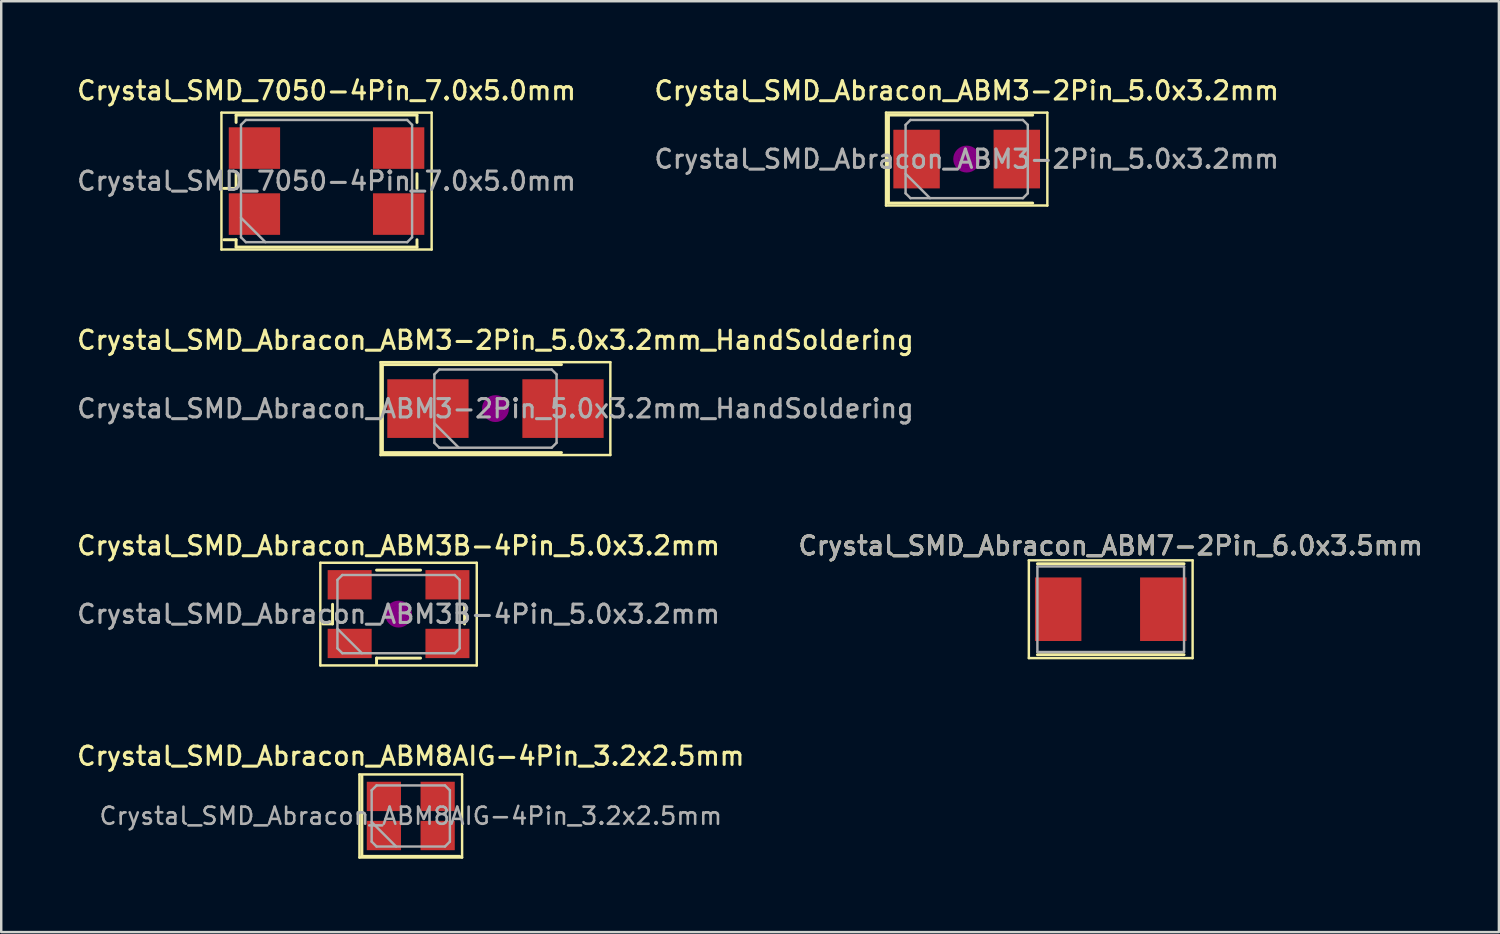
<source format=kicad_pcb>
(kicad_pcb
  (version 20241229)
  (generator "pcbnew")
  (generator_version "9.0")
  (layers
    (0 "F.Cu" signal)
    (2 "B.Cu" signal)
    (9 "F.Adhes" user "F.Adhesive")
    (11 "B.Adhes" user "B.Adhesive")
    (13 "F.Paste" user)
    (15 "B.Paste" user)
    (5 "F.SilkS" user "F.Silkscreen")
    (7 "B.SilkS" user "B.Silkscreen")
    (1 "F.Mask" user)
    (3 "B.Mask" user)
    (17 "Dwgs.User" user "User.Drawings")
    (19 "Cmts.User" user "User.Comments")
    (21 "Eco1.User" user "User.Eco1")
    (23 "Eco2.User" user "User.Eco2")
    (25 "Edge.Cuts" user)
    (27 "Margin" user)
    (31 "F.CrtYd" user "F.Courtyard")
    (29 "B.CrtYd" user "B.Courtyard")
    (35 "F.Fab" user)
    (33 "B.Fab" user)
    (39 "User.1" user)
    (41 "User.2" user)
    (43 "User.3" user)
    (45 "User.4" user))
  (footprint "Crystal_SMD_Abracon_ABM8AIG-4Pin_3.2x2.5mm"
    (layer "F.Cu")
    (at 13.755 30.332)
    (property "Reference" "Crystal_SMD_Abracon_ABM8AIG-4Pin_3.2x2.5mm" (at 0 -2.45 0) (layer "F.SilkS") (effects (font (size 0.75 0.75) (thickness 0.125))))
    (attr smd)
    (fp_line (start -2.1 -1.7) (end -2.1 1.7) (stroke (width 0.1) (type solid)) (layer "F.SilkS"))
    (fp_line (start -2.1 1.7) (end 2.1 1.7) (stroke (width 0.1) (type solid)) (layer "F.SilkS"))
    (fp_line (start -2 -1.65) (end -2 1.65) (stroke (width 0.12) (type solid)) (layer "F.SilkS"))
    (fp_line (start -2 1.65) (end 2 1.65) (stroke (width 0.12) (type solid)) (layer "F.SilkS"))
    (fp_line (start 2.1 -1.7) (end -2.1 -1.7) (stroke (width 0.1) (type solid)) (layer "F.SilkS"))
    (fp_line (start 2.1 1.7) (end 2.1 -1.7) (stroke (width 0.1) (type solid)) (layer "F.SilkS"))
    (fp_line (start -1.6 -1.05) (end -1.4 -1.25) (stroke (width 0.1) (type solid)) (layer "F.Fab"))
    (fp_line (start -1.6 0.25) (end -0.6 1.25) (stroke (width 0.1) (type solid)) (layer "F.Fab"))
    (fp_line (start -1.6 1.05) (end -1.6 -1.05) (stroke (width 0.1) (type solid)) (layer "F.Fab"))
    (fp_line (start -1.4 -1.25) (end 1.4 -1.25) (stroke (width 0.1) (type solid)) (layer "F.Fab"))
    (fp_line (start -1.4 1.25) (end -1.6 1.05) (stroke (width 0.1) (type solid)) (layer "F.Fab"))
    (fp_line (start 1.4 -1.25) (end 1.6 -1.05) (stroke (width 0.1) (type solid)) (layer "F.Fab"))
    (fp_line (start 1.4 1.25) (end -1.4 1.25) (stroke (width 0.1) (type solid)) (layer "F.Fab"))
    (fp_line (start 1.6 -1.05) (end 1.6 1.05) (stroke (width 0.1) (type solid)) (layer "F.Fab"))
    (fp_line (start 1.6 1.05) (end 1.4 1.25) (stroke (width 0.1) (type solid)) (layer "F.Fab"))
    (fp_text user "${REFERENCE}" (at 0 0 0) (layer "F.Fab") (effects (font (size 0.7 0.7) (thickness 0.105))))
    (pad "1" smd rect (at -1.1 0.8) (size 1.4 1.2) (layers "F.Cu" "F.Mask" "F.Paste"))
    (pad "2" smd rect (at 1.1 0.8) (size 1.4 1.2) (layers "F.Cu" "F.Mask" "F.Paste"))
    (pad "3" smd rect (at 1.1 -0.8) (size 1.4 1.2) (layers "F.Cu" "F.Mask" "F.Paste"))
    (pad "4" smd rect (at -1.1 -0.8) (size 1.4 1.2) (layers "F.Cu" "F.Mask" "F.Paste")))
  (footprint "Crystal_SMD_Abracon_ABM3-2Pin_5.0x3.2mm"
    (layer "F.Cu")
    (at 36.498 3.458)
    (property "Reference" "Crystal_SMD_Abracon_ABM3-2Pin_5.0x3.2mm" (at 0 -2.8 0) (layer "F.SilkS") (effects (font (size 0.75 0.75) (thickness 0.125))))
    (attr smd)
    (fp_line (start -3.3 -1.9) (end -3.3 1.9) (stroke (width 0.1) (type solid)) (layer "F.SilkS"))
    (fp_line (start -3.3 1.9) (end 3.3 1.9) (stroke (width 0.1) (type solid)) (layer "F.SilkS"))
    (fp_line (start -3.2 -1.8) (end -3.2 1.8) (stroke (width 0.12) (type solid)) (layer "F.SilkS"))
    (fp_line (start -3.2 1.8) (end 2.7 1.8) (stroke (width 0.12) (type solid)) (layer "F.SilkS"))
    (fp_line (start 2.7 -1.8) (end -3.2 -1.8) (stroke (width 0.12) (type solid)) (layer "F.SilkS"))
    (fp_line (start 3.3 -1.9) (end -3.3 -1.9) (stroke (width 0.1) (type solid)) (layer "F.SilkS"))
    (fp_line (start 3.3 1.9) (end 3.3 -1.9) (stroke (width 0.1) (type solid)) (layer "F.SilkS"))
    (fp_circle (center 0 0) (end 0.117 0) (stroke (width 0.233) (type solid)) (fill no) (layer "F.Adhes"))
    (fp_circle (center 0 0) (end 0.267 0) (stroke (width 0.167) (type solid)) (fill no) (layer "F.Adhes"))
    (fp_circle (center 0 0) (end 0.417 0) (stroke (width 0.167) (type solid)) (fill no) (layer "F.Adhes"))
    (fp_circle (center 0 0) (end 0.5 0) (stroke (width 0.1) (type solid)) (fill no) (layer "F.Adhes"))
    (fp_line (start -2.5 -1.4) (end -2.3 -1.6) (stroke (width 0.1) (type solid)) (layer "F.Fab"))
    (fp_line (start -2.5 0.6) (end -1.5 1.6) (stroke (width 0.1) (type solid)) (layer "F.Fab"))
    (fp_line (start -2.5 1.4) (end -2.5 -1.4) (stroke (width 0.1) (type solid)) (layer "F.Fab"))
    (fp_line (start -2.3 -1.6) (end 2.3 -1.6) (stroke (width 0.1) (type solid)) (layer "F.Fab"))
    (fp_line (start -2.3 1.6) (end -2.5 1.4) (stroke (width 0.1) (type solid)) (layer "F.Fab"))
    (fp_line (start 2.3 -1.6) (end 2.5 -1.4) (stroke (width 0.1) (type solid)) (layer "F.Fab"))
    (fp_line (start 2.3 1.6) (end -2.3 1.6) (stroke (width 0.1) (type solid)) (layer "F.Fab"))
    (fp_line (start 2.5 -1.4) (end 2.5 1.4) (stroke (width 0.1) (type solid)) (layer "F.Fab"))
    (fp_line (start 2.5 1.4) (end 2.3 1.6) (stroke (width 0.1) (type solid)) (layer "F.Fab"))
    (fp_text user "${REFERENCE}" (at 0 0 0) (layer "F.Fab") (effects (font (size 0.75 0.75) (thickness 0.125))))
    (pad "1" smd rect (at -2.05 0) (size 1.9 2.4) (layers "F.Cu" "F.Mask" "F.Paste"))
    (pad "2" smd rect (at 2.05 0) (size 1.9 2.4) (layers "F.Cu" "F.Mask" "F.Paste")))
  (footprint "Crystal_SMD_Abracon_ABM3-2Pin_5.0x3.2mm_HandSoldering"
    (layer "F.Cu")
    (at 17.22 13.666)
    (property "Reference" "Crystal_SMD_Abracon_ABM3-2Pin_5.0x3.2mm_HandSoldering" (at 0 -2.8 0) (layer "F.SilkS") (effects (font (size 0.75 0.75) (thickness 0.125))))
    (attr smd)
    (fp_line (start -4.7 -1.9) (end -4.7 1.9) (stroke (width 0.1) (type solid)) (layer "F.SilkS"))
    (fp_line (start -4.7 1.9) (end 4.7 1.9) (stroke (width 0.1) (type solid)) (layer "F.SilkS"))
    (fp_line (start -4.625 -1.8) (end -4.625 1.8) (stroke (width 0.12) (type solid)) (layer "F.SilkS"))
    (fp_line (start -4.625 1.8) (end 2.7 1.8) (stroke (width 0.12) (type solid)) (layer "F.SilkS"))
    (fp_line (start 2.7 -1.8) (end -4.625 -1.8) (stroke (width 0.12) (type solid)) (layer "F.SilkS"))
    (fp_line (start 4.7 -1.9) (end -4.7 -1.9) (stroke (width 0.1) (type solid)) (layer "F.SilkS"))
    (fp_line (start 4.7 1.9) (end 4.7 -1.9) (stroke (width 0.1) (type solid)) (layer "F.SilkS"))
    (fp_circle (center 0 0) (end 0.117 0) (stroke (width 0.233) (type solid)) (fill no) (layer "F.Adhes"))
    (fp_circle (center 0 0) (end 0.267 0) (stroke (width 0.167) (type solid)) (fill no) (layer "F.Adhes"))
    (fp_circle (center 0 0) (end 0.417 0) (stroke (width 0.167) (type solid)) (fill no) (layer "F.Adhes"))
    (fp_circle (center 0 0) (end 0.5 0) (stroke (width 0.1) (type solid)) (fill no) (layer "F.Adhes"))
    (fp_line (start -2.5 -1.4) (end -2.3 -1.6) (stroke (width 0.1) (type solid)) (layer "F.Fab"))
    (fp_line (start -2.5 0.6) (end -1.5 1.6) (stroke (width 0.1) (type solid)) (layer "F.Fab"))
    (fp_line (start -2.5 1.4) (end -2.5 -1.4) (stroke (width 0.1) (type solid)) (layer "F.Fab"))
    (fp_line (start -2.3 -1.6) (end 2.3 -1.6) (stroke (width 0.1) (type solid)) (layer "F.Fab"))
    (fp_line (start -2.3 1.6) (end -2.5 1.4) (stroke (width 0.1) (type solid)) (layer "F.Fab"))
    (fp_line (start 2.3 -1.6) (end 2.5 -1.4) (stroke (width 0.1) (type solid)) (layer "F.Fab"))
    (fp_line (start 2.3 1.6) (end -2.3 1.6) (stroke (width 0.1) (type solid)) (layer "F.Fab"))
    (fp_line (start 2.5 -1.4) (end 2.5 1.4) (stroke (width 0.1) (type solid)) (layer "F.Fab"))
    (fp_line (start 2.5 1.4) (end 2.3 1.6) (stroke (width 0.1) (type solid)) (layer "F.Fab"))
    (fp_text user "${REFERENCE}" (at 0 0 0) (layer "F.Fab") (effects (font (size 0.75 0.75) (thickness 0.125))))
    (pad "1" smd rect (at -2.763 0) (size 3.325 2.4) (layers "F.Cu" "F.Mask" "F.Paste"))
    (pad "2" smd rect (at 2.763 0) (size 3.325 2.4) (layers "F.Cu" "F.Mask" "F.Paste")))
  (footprint "Crystal_SMD_Abracon_ABM7-2Pin_6.0x3.5mm"
    (layer "F.Cu")
    (at 42.391 21.874)
    (property "Reference" "Crystal_SMD_Abracon_ABM7-2Pin_6.0x3.5mm" (at 0 -2.6 0) (layer "F.SilkS") (effects (font (size 0.75 0.75) (thickness 0.125))))
    (attr smd)
    (fp_line (start -3.35 -2) (end -3.35 2) (stroke (width 0.1) (type solid)) (layer "F.SilkS"))
    (fp_line (start -3.35 -2) (end 3.35 -2) (stroke (width 0.1) (type solid)) (layer "F.SilkS"))
    (fp_line (start -3 -1.86) (end 3 -1.86) (stroke (width 0.12) (type solid)) (layer "F.SilkS"))
    (fp_line (start -3 1.86) (end 3 1.86) (stroke (width 0.12) (type solid)) (layer "F.SilkS"))
    (fp_line (start 3.35 2) (end -3.35 2) (stroke (width 0.1) (type solid)) (layer "F.SilkS"))
    (fp_line (start 3.35 2) (end 3.35 -2) (stroke (width 0.1) (type solid)) (layer "F.SilkS"))
    (fp_line (start -3 -1.75) (end -3 1.75) (stroke (width 0.1) (type solid)) (layer "F.Fab"))
    (fp_line (start -3 -1.75) (end 3 -1.75) (stroke (width 0.1) (type solid)) (layer "F.Fab"))
    (fp_line (start -3 1.75) (end 3 1.75) (stroke (width 0.1) (type solid)) (layer "F.Fab"))
    (fp_line (start 3 -1.75) (end 3 1.75) (stroke (width 0.1) (type solid)) (layer "F.Fab"))
    (fp_text user "${REFERENCE}" (at 0 -2.6 0) (layer "F.Fab") (effects (font (size 0.75 0.75) (thickness 0.125))))
    (pad "1" smd rect (at -2.15 0) (size 1.9 2.6) (layers "F.Cu" "F.Mask" "F.Paste"))
    (pad "2" smd rect (at 2.15 0) (size 1.9 2.6) (layers "F.Cu" "F.Mask" "F.Paste")))
  (footprint "Crystal_SMD_7050-4Pin_7.0x5.0mm"
    (layer "F.Cu")
    (at 10.309 4.358)
    (property "Reference" "Crystal_SMD_7050-4Pin_7.0x5.0mm" (at 0 -3.7 0) (layer "F.SilkS") (effects (font (size 0.75 0.75) (thickness 0.125))))
    (attr smd)
    (fp_line (start -4.3 -2.8) (end -4.3 2.8) (stroke (width 0.1) (type solid)) (layer "F.SilkS"))
    (fp_line (start -4.3 2.8) (end 4.3 2.8) (stroke (width 0.1) (type solid)) (layer "F.SilkS"))
    (fp_line (start -4.2 0.3) (end -3.7 0.3) (stroke (width 0.12) (type solid)) (layer "F.SilkS"))
    (fp_line (start -4.2 2.4) (end -3.7 2.4) (stroke (width 0.12) (type solid)) (layer "F.SilkS"))
    (fp_line (start -3.7 -2.7) (end 3.7 -2.7) (stroke (width 0.12) (type solid)) (layer "F.SilkS"))
    (fp_line (start -3.7 -2.4) (end -3.7 -2.7) (stroke (width 0.12) (type solid)) (layer "F.SilkS"))
    (fp_line (start -3.7 0.3) (end -3.7 -0.3) (stroke (width 0.12) (type solid)) (layer "F.SilkS"))
    (fp_line (start -3.7 2.4) (end -3.7 2.7) (stroke (width 0.12) (type solid)) (layer "F.SilkS"))
    (fp_line (start -3.7 2.7) (end 3.7 2.7) (stroke (width 0.12) (type solid)) (layer "F.SilkS"))
    (fp_line (start 3.7 -2.7) (end 3.7 -2.4) (stroke (width 0.12) (type solid)) (layer "F.SilkS"))
    (fp_line (start 3.7 -0.3) (end 3.7 0.3) (stroke (width 0.12) (type solid)) (layer "F.SilkS"))
    (fp_line (start 3.7 2.7) (end 3.7 2.4) (stroke (width 0.12) (type solid)) (layer "F.SilkS"))
    (fp_line (start 4.3 -2.8) (end -4.3 -2.8) (stroke (width 0.1) (type solid)) (layer "F.SilkS"))
    (fp_line (start 4.3 2.8) (end 4.3 -2.8) (stroke (width 0.1) (type solid)) (layer "F.SilkS"))
    (fp_line (start -3.5 -2.3) (end -3.3 -2.5) (stroke (width 0.1) (type solid)) (layer "F.Fab"))
    (fp_line (start -3.5 1.5) (end -2.5 2.5) (stroke (width 0.1) (type solid)) (layer "F.Fab"))
    (fp_line (start -3.5 2.3) (end -3.5 -2.3) (stroke (width 0.1) (type solid)) (layer "F.Fab"))
    (fp_line (start -3.3 -2.5) (end 3.3 -2.5) (stroke (width 0.1) (type solid)) (layer "F.Fab"))
    (fp_line (start -3.3 2.5) (end -3.5 2.3) (stroke (width 0.1) (type solid)) (layer "F.Fab"))
    (fp_line (start 3.3 -2.5) (end 3.5 -2.3) (stroke (width 0.1) (type solid)) (layer "F.Fab"))
    (fp_line (start 3.3 2.5) (end -3.3 2.5) (stroke (width 0.1) (type solid)) (layer "F.Fab"))
    (fp_line (start 3.5 -2.3) (end 3.5 2.3) (stroke (width 0.1) (type solid)) (layer "F.Fab"))
    (fp_line (start 3.5 2.3) (end 3.3 2.5) (stroke (width 0.1) (type solid)) (layer "F.Fab"))
    (fp_text user "${REFERENCE}" (at 0 0 0) (layer "F.Fab") (effects (font (size 0.75 0.75) (thickness 0.125))))
    (pad "1" smd rect (at -2.95 1.35) (size 2.1 1.7) (layers "F.Cu" "F.Mask" "F.Paste"))
    (pad "2" smd rect (at 2.95 1.35) (size 2.1 1.7) (layers "F.Cu" "F.Mask" "F.Paste"))
    (pad "3" smd rect (at 2.95 -1.35) (size 2.1 1.7) (layers "F.Cu" "F.Mask" "F.Paste"))
    (pad "4" smd rect (at -2.95 -1.35) (size 2.1 1.7) (layers "F.Cu" "F.Mask" "F.Paste")))
  (footprint "Crystal_SMD_Abracon_ABM3B-4Pin_5.0x3.2mm"
    (layer "F.Cu")
    (at 13.255 22.074)
    (property "Reference" "Crystal_SMD_Abracon_ABM3B-4Pin_5.0x3.2mm" (at 0 -2.8 0) (layer "F.SilkS") (effects (font (size 0.75 0.75) (thickness 0.125))))
    (attr smd)
    (fp_line (start -3.2 -2.1) (end -3.2 2.1) (stroke (width 0.1) (type solid)) (layer "F.SilkS"))
    (fp_line (start -3.2 2.1) (end 3.2 2.1) (stroke (width 0.1) (type solid)) (layer "F.SilkS"))
    (fp_line (start -3.1 0.4) (end -2.7 0.4) (stroke (width 0.12) (type solid)) (layer "F.SilkS"))
    (fp_line (start -2.7 0.4) (end -2.7 -0.4) (stroke (width 0.12) (type solid)) (layer "F.SilkS"))
    (fp_line (start -0.9 -1.8) (end 0.9 -1.8) (stroke (width 0.12) (type solid)) (layer "F.SilkS"))
    (fp_line (start -0.9 1.8) (end -0.9 2.04) (stroke (width 0.12) (type solid)) (layer "F.SilkS"))
    (fp_line (start 0.9 1.8) (end -0.9 1.8) (stroke (width 0.12) (type solid)) (layer "F.SilkS"))
    (fp_line (start 2.7 -0.4) (end 2.7 0.4) (stroke (width 0.12) (type solid)) (layer "F.SilkS"))
    (fp_line (start 3.2 -2.1) (end -3.2 -2.1) (stroke (width 0.1) (type solid)) (layer "F.SilkS"))
    (fp_line (start 3.2 2.1) (end 3.2 -2.1) (stroke (width 0.1) (type solid)) (layer "F.SilkS"))
    (fp_circle (center 0 0) (end 0.117 0) (stroke (width 0.233) (type solid)) (fill no) (layer "F.Adhes"))
    (fp_circle (center 0 0) (end 0.267 0) (stroke (width 0.167) (type solid)) (fill no) (layer "F.Adhes"))
    (fp_circle (center 0 0) (end 0.417 0) (stroke (width 0.167) (type solid)) (fill no) (layer "F.Adhes"))
    (fp_circle (center 0 0) (end 0.5 0) (stroke (width 0.1) (type solid)) (fill no) (layer "F.Adhes"))
    (fp_line (start -2.5 -1.4) (end -2.3 -1.6) (stroke (width 0.1) (type solid)) (layer "F.Fab"))
    (fp_line (start -2.5 0.6) (end -1.5 1.6) (stroke (width 0.1) (type solid)) (layer "F.Fab"))
    (fp_line (start -2.5 1.4) (end -2.5 -1.4) (stroke (width 0.1) (type solid)) (layer "F.Fab"))
    (fp_line (start -2.3 -1.6) (end 2.3 -1.6) (stroke (width 0.1) (type solid)) (layer "F.Fab"))
    (fp_line (start -2.3 1.6) (end -2.5 1.4) (stroke (width 0.1) (type solid)) (layer "F.Fab"))
    (fp_line (start 2.3 -1.6) (end 2.5 -1.4) (stroke (width 0.1) (type solid)) (layer "F.Fab"))
    (fp_line (start 2.3 1.6) (end -2.3 1.6) (stroke (width 0.1) (type solid)) (layer "F.Fab"))
    (fp_line (start 2.5 -1.4) (end 2.5 1.4) (stroke (width 0.1) (type solid)) (layer "F.Fab"))
    (fp_line (start 2.5 1.4) (end 2.3 1.6) (stroke (width 0.1) (type solid)) (layer "F.Fab"))
    (fp_text user "${REFERENCE}" (at 0 0 0) (layer "F.Fab") (effects (font (size 0.75 0.75) (thickness 0.125))))
    (pad "1" smd rect (at -2 1.2) (size 1.8 1.2) (layers "F.Cu" "F.Mask" "F.Paste"))
    (pad "2" smd rect (at 2 1.2) (size 1.8 1.2) (layers "F.Cu" "F.Mask" "F.Paste"))
    (pad "3" smd rect (at 2 -1.2) (size 1.8 1.2) (layers "F.Cu" "F.Mask" "F.Paste"))
    (pad "4" smd rect (at -2 -1.2) (size 1.8 1.2) (layers "F.Cu" "F.Mask" "F.Paste")))
  (gr_rect
    (start -3 -3)
    (end 58.271 35.083)
    (stroke (width 0.1) (type default))
    (fill no)
    (layer "Edge.Cuts")))
</source>
